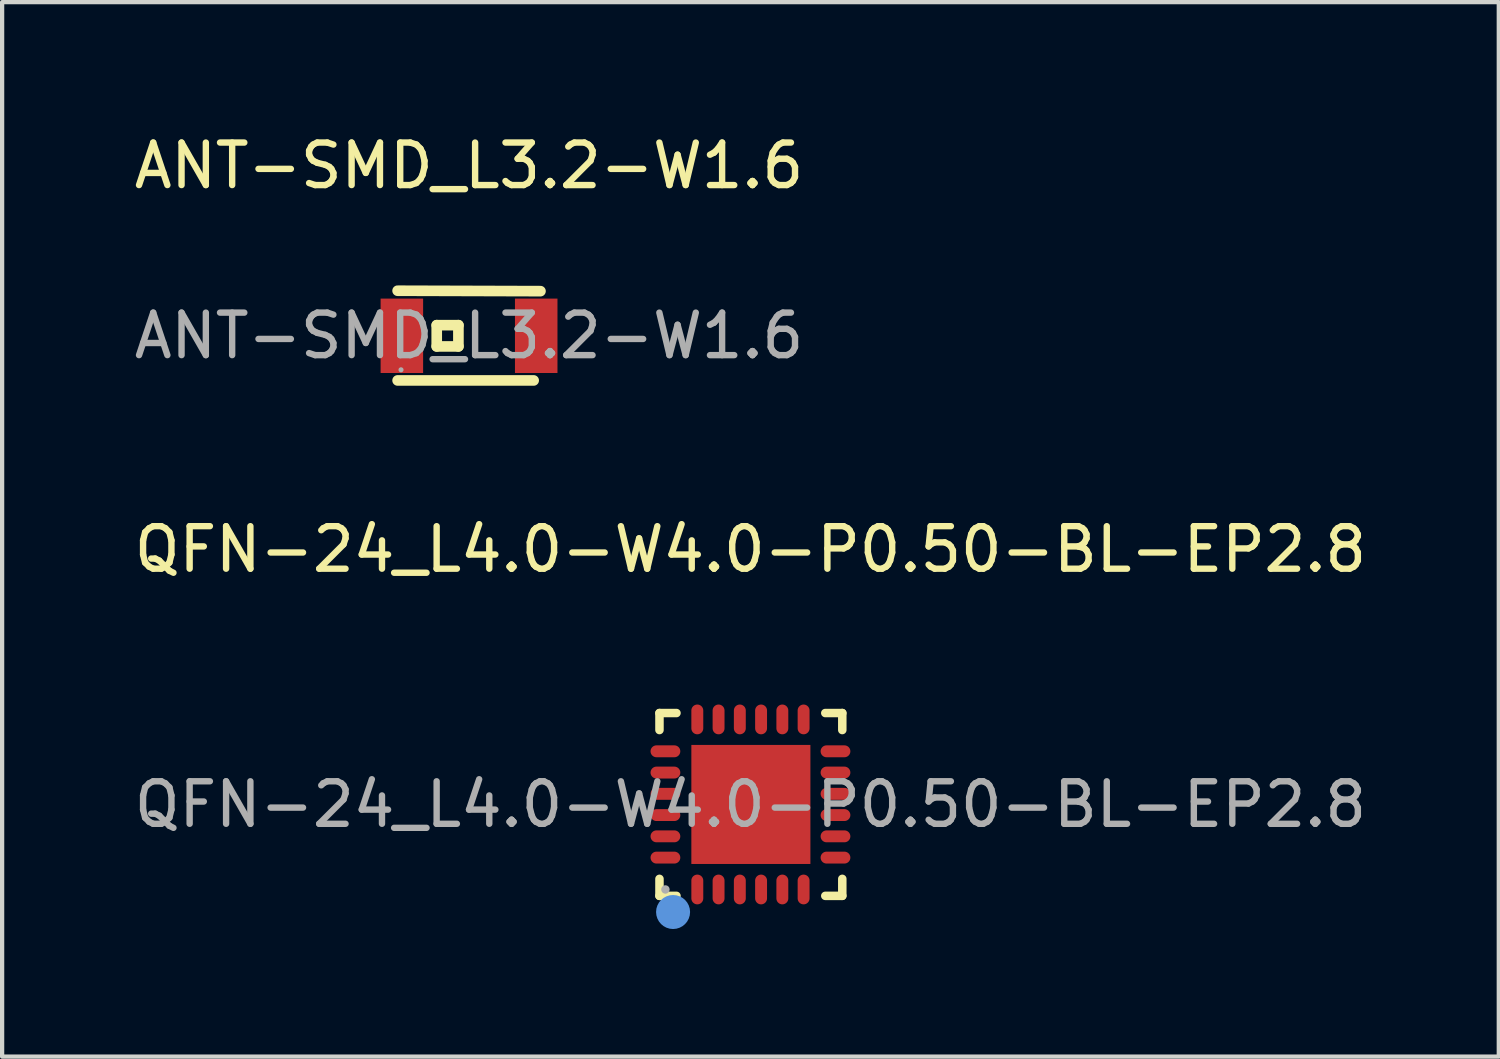
<source format=kicad_pcb>
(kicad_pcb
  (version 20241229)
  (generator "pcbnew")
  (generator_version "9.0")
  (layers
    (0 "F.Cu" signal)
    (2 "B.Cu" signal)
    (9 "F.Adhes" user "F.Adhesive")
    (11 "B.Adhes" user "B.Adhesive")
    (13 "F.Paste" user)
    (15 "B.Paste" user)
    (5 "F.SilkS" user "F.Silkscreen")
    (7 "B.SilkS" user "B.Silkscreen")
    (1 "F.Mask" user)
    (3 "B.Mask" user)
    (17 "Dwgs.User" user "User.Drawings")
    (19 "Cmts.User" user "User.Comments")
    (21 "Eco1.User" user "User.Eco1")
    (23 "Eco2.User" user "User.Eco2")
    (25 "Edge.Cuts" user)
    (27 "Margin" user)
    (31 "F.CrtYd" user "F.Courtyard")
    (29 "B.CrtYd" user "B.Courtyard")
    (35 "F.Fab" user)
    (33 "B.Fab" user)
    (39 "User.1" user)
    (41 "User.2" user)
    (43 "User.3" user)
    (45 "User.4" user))
  (footprint "QFN-24_L4.0-W4.0-P0.50-BL-EP2.8"
    (layer "F.Cu")
    (at 14.601 15.871)
    (property "Reference" "QFN-24_L4.0-W4.0-P0.50-BL-EP2.8" (at 0 -6 0) (layer "F.SilkS") (effects (font (size 1 1) (thickness 0.15))))
    (attr through_hole)
    (fp_line (start -2.14 -2.15) (end -1.74 -2.15) (stroke (width 0.2) (type solid)) (layer "F.SilkS"))
    (fp_line (start -2.14 -1.75) (end -2.14 -2.15) (stroke (width 0.2) (type solid)) (layer "F.SilkS"))
    (fp_line (start -2.14 2.15) (end -2.14 1.75) (stroke (width 0.2) (type solid)) (layer "F.SilkS"))
    (fp_line (start -1.74 2.15) (end -2.14 2.15) (stroke (width 0.2) (type solid)) (layer "F.SilkS"))
    (fp_line (start 2.16 -2.15) (end 1.76 -2.15) (stroke (width 0.2) (type solid)) (layer "F.SilkS"))
    (fp_line (start 2.16 -1.75) (end 2.16 -2.15) (stroke (width 0.2) (type solid)) (layer "F.SilkS"))
    (fp_line (start 2.16 1.75) (end 2.16 2.15) (stroke (width 0.2) (type solid)) (layer "F.SilkS"))
    (fp_line (start 2.16 2.15) (end 1.76 2.15) (stroke (width 0.2) (type solid)) (layer "F.SilkS"))
    (fp_circle (center -1.82 2.53) (end -1.62 2.53) (stroke (width 0.4) (type solid)) (fill no) (layer "Cmts.User"))
    (fp_circle (center -2 2) (end -1.95 2) (stroke (width 0.1) (type solid)) (fill no) (layer "F.Fab"))
    (fp_text user "${REFERENCE}" (at 0 0 0) (layer "F.Fab") (effects (font (size 1 1) (thickness 0.15))))
    (pad "1" smd oval (at -1.25 2 180) (size 0.28 0.7) (layers "F.Cu" "F.Mask" "F.Paste"))
    (pad "2" smd oval (at -0.75 2 180) (size 0.28 0.7) (layers "F.Cu" "F.Mask" "F.Paste"))
    (pad "3" smd oval (at -0.25 2 180) (size 0.28 0.7) (layers "F.Cu" "F.Mask" "F.Paste"))
    (pad "4" smd oval (at 0.25 2 180) (size 0.28 0.7) (layers "F.Cu" "F.Mask" "F.Paste"))
    (pad "5" smd oval (at 0.75 2 180) (size 0.28 0.7) (layers "F.Cu" "F.Mask" "F.Paste"))
    (pad "6" smd oval (at 1.25 2 180) (size 0.28 0.7) (layers "F.Cu" "F.Mask" "F.Paste"))
    (pad "7" smd oval (at 2 1.25 90) (size 0.28 0.7) (layers "F.Cu" "F.Mask" "F.Paste"))
    (pad "8" smd oval (at 2 0.75 90) (size 0.28 0.7) (layers "F.Cu" "F.Mask" "F.Paste"))
    (pad "9" smd oval (at 2 0.25 90) (size 0.28 0.7) (layers "F.Cu" "F.Mask" "F.Paste"))
    (pad "10" smd oval (at 2 -0.25 90) (size 0.28 0.7) (layers "F.Cu" "F.Mask" "F.Paste"))
    (pad "11" smd oval (at 2 -0.75 90) (size 0.28 0.7) (layers "F.Cu" "F.Mask" "F.Paste"))
    (pad "12" smd oval (at 2 -1.25 90) (size 0.28 0.7) (layers "F.Cu" "F.Mask" "F.Paste"))
    (pad "13" smd oval (at 1.25 -2 180) (size 0.28 0.7) (layers "F.Cu" "F.Mask" "F.Paste"))
    (pad "14" smd oval (at 0.75 -2 180) (size 0.28 0.7) (layers "F.Cu" "F.Mask" "F.Paste"))
    (pad "15" smd oval (at 0.25 -2 180) (size 0.28 0.7) (layers "F.Cu" "F.Mask" "F.Paste"))
    (pad "16" smd oval (at -0.25 -2 180) (size 0.28 0.7) (layers "F.Cu" "F.Mask" "F.Paste"))
    (pad "17" smd oval (at -0.75 -2 180) (size 0.28 0.7) (layers "F.Cu" "F.Mask" "F.Paste"))
    (pad "18" smd oval (at -1.25 -2 180) (size 0.28 0.7) (layers "F.Cu" "F.Mask" "F.Paste"))
    (pad "19" smd oval (at -2 -1.25 90) (size 0.28 0.7) (layers "F.Cu" "F.Mask" "F.Paste"))
    (pad "20" smd oval (at -2 -0.75 90) (size 0.28 0.7) (layers "F.Cu" "F.Mask" "F.Paste"))
    (pad "21" smd oval (at -2 -0.25 90) (size 0.28 0.7) (layers "F.Cu" "F.Mask" "F.Paste"))
    (pad "22" smd oval (at -2 0.25 90) (size 0.28 0.7) (layers "F.Cu" "F.Mask" "F.Paste"))
    (pad "23" smd oval (at -2 0.75 90) (size 0.28 0.7) (layers "F.Cu" "F.Mask" "F.Paste"))
    (pad "24" smd oval (at -2 1.25 90) (size 0.28 0.7) (layers "F.Cu" "F.Mask" "F.Paste"))
    (pad "25" smd rect (at 0.01 0 90) (size 2.8 2.8) (layers "F.Cu" "F.Mask" "F.Paste")))
  (footprint "ANT-SMD_L3.2-W1.6"
    (layer "F.Cu")
    (at 7.982 4.848)
    (property "Reference" "ANT-SMD_L3.2-W1.6" (at 0 -4 0) (layer "F.SilkS") (effects (font (size 1 1) (thickness 0.15))))
    (attr through_hole)
    (fp_line (start -1.68 -1.06) (end 1.68 -1.05) (stroke (width 0.25) (type solid)) (layer "F.SilkS"))
    (fp_line (start -0.76 -0.25) (end -0.76 0.25) (stroke (width 0.25) (type solid)) (layer "F.SilkS"))
    (fp_line (start -0.76 0.25) (end -0.25 0.25) (stroke (width 0.25) (type solid)) (layer "F.SilkS"))
    (fp_line (start -0.25 -0.25) (end -0.76 -0.25) (stroke (width 0.25) (type solid)) (layer "F.SilkS"))
    (fp_line (start -0.25 0.25) (end -0.25 -0.25) (stroke (width 0.25) (type solid)) (layer "F.SilkS"))
    (fp_line (start 1.52 1.05) (end -1.68 1.05) (stroke (width 0.25) (type solid)) (layer "F.SilkS"))
    (fp_circle (center -1.6 0.8) (end -1.57 0.8) (stroke (width 0.06) (type solid)) (fill no) (layer "F.Fab"))
    (fp_text user "${REFERENCE}" (at 0 0 0) (layer "F.Fab") (effects (font (size 1 1) (thickness 0.15))))
    (pad "1" smd rect (at -1.58 0) (size 1 1.75) (layers "F.Cu" "F.Mask" "F.Paste"))
    (pad "2" smd rect (at 1.58 0) (size 1 1.75) (layers "F.Cu" "F.Mask" "F.Paste")))
  (gr_rect
    (start -3 -3)
    (end 32.202 21.802)
    (stroke (width 0.1) (type default))
    (fill no)
    (layer "Edge.Cuts")))
</source>
